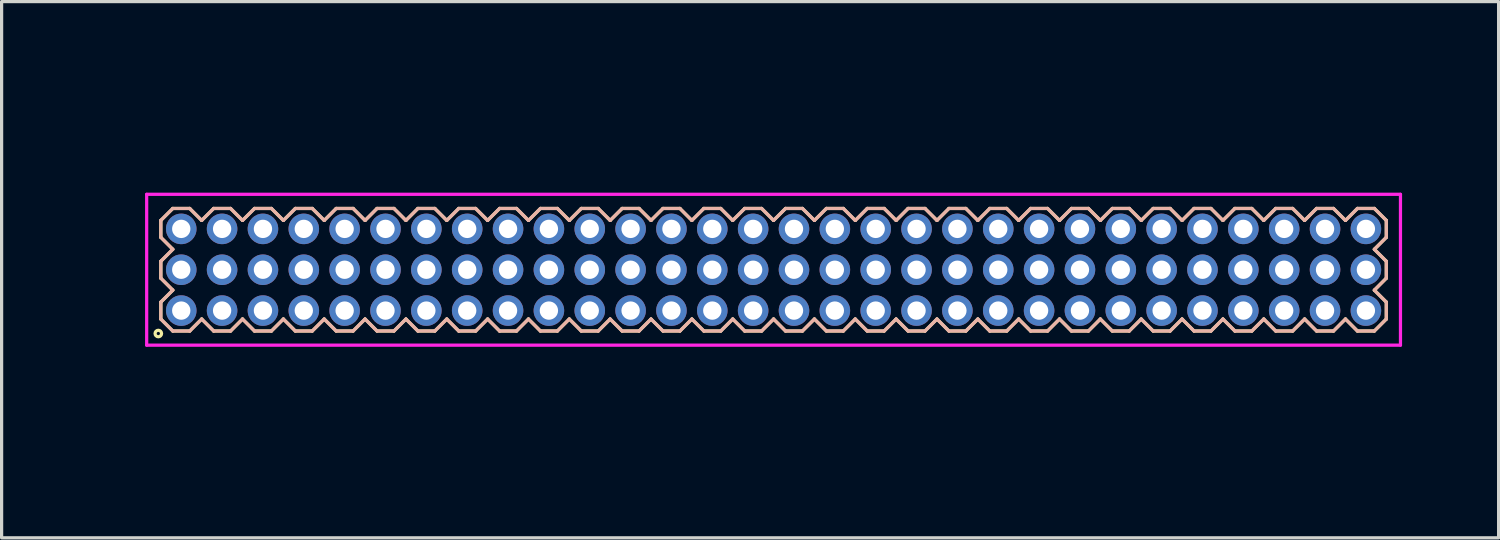
<source format=kicad_pcb>
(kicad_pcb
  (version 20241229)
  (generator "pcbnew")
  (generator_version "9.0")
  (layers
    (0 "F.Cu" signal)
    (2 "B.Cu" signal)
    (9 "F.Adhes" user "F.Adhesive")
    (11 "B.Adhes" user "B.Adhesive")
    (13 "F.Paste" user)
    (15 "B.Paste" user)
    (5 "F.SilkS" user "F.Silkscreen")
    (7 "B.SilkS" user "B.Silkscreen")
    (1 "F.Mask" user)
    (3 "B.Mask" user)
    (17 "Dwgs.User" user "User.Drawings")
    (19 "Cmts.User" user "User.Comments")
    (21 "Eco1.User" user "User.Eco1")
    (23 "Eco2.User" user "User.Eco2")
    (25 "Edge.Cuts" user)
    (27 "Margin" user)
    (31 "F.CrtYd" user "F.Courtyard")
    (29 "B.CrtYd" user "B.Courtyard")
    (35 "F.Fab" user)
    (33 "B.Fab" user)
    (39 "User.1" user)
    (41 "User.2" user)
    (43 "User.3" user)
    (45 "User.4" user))
  (footprint "HDR127P30x3"
    (layer "F.Cu")
    (at 21 5.336)
    (property "Reference" "HDR127P30x3" (at -20.24 0 90) (layer "User.1") (effects (font (size 1 1) (thickness 0.1))))
    (attr through_hole)
    (fp_line (start -19.05 -1.533) (end -18.678 -1.905) (stroke (width 0.1) (type solid)) (layer "F.SilkS"))
    (fp_line (start -19.05 -1.007) (end -19.05 -1.533) (stroke (width 0.1) (type solid)) (layer "F.SilkS"))
    (fp_line (start -19.05 -0.263) (end -18.678 -0.635) (stroke (width 0.1) (type solid)) (layer "F.SilkS"))
    (fp_line (start -19.05 0.263) (end -19.05 -0.263) (stroke (width 0.1) (type solid)) (layer "F.SilkS"))
    (fp_line (start -19.05 1.007) (end -18.678 0.635) (stroke (width 0.1) (type solid)) (layer "F.SilkS"))
    (fp_line (start -19.05 1.533) (end -19.05 1.007) (stroke (width 0.1) (type solid)) (layer "F.SilkS"))
    (fp_line (start -18.678 -1.905) (end -18.152 -1.905) (stroke (width 0.1) (type solid)) (layer "F.SilkS"))
    (fp_line (start -18.678 -0.635) (end -19.05 -1.007) (stroke (width 0.1) (type solid)) (layer "F.SilkS"))
    (fp_line (start -18.678 0.635) (end -19.05 0.263) (stroke (width 0.1) (type solid)) (layer "F.SilkS"))
    (fp_line (start -18.678 1.905) (end -19.05 1.533) (stroke (width 0.1) (type solid)) (layer "F.SilkS"))
    (fp_line (start -18.152 -1.905) (end -17.78 -1.533) (stroke (width 0.1) (type solid)) (layer "F.SilkS"))
    (fp_line (start -18.152 1.905) (end -18.678 1.905) (stroke (width 0.1) (type solid)) (layer "F.SilkS"))
    (fp_line (start -17.78 -1.533) (end -17.408 -1.905) (stroke (width 0.1) (type solid)) (layer "F.SilkS"))
    (fp_line (start -17.78 1.533) (end -18.152 1.905) (stroke (width 0.1) (type solid)) (layer "F.SilkS"))
    (fp_line (start -17.408 -1.905) (end -16.882 -1.905) (stroke (width 0.1) (type solid)) (layer "F.SilkS"))
    (fp_line (start -17.408 1.905) (end -17.78 1.533) (stroke (width 0.1) (type solid)) (layer "F.SilkS"))
    (fp_line (start -16.882 -1.905) (end -16.51 -1.533) (stroke (width 0.1) (type solid)) (layer "F.SilkS"))
    (fp_line (start -16.882 1.905) (end -17.408 1.905) (stroke (width 0.1) (type solid)) (layer "F.SilkS"))
    (fp_line (start -16.51 -1.533) (end -16.138 -1.905) (stroke (width 0.1) (type solid)) (layer "F.SilkS"))
    (fp_line (start -16.51 1.533) (end -16.882 1.905) (stroke (width 0.1) (type solid)) (layer "F.SilkS"))
    (fp_line (start -16.138 -1.905) (end -15.612 -1.905) (stroke (width 0.1) (type solid)) (layer "F.SilkS"))
    (fp_line (start -16.138 1.905) (end -16.51 1.533) (stroke (width 0.1) (type solid)) (layer "F.SilkS"))
    (fp_line (start -15.612 -1.905) (end -15.24 -1.533) (stroke (width 0.1) (type solid)) (layer "F.SilkS"))
    (fp_line (start -15.612 1.905) (end -16.138 1.905) (stroke (width 0.1) (type solid)) (layer "F.SilkS"))
    (fp_line (start -15.24 -1.533) (end -14.868 -1.905) (stroke (width 0.1) (type solid)) (layer "F.SilkS"))
    (fp_line (start -15.24 1.533) (end -15.612 1.905) (stroke (width 0.1) (type solid)) (layer "F.SilkS"))
    (fp_line (start -14.868 -1.905) (end -14.342 -1.905) (stroke (width 0.1) (type solid)) (layer "F.SilkS"))
    (fp_line (start -14.868 1.905) (end -15.24 1.533) (stroke (width 0.1) (type solid)) (layer "F.SilkS"))
    (fp_line (start -14.342 -1.905) (end -13.97 -1.533) (stroke (width 0.1) (type solid)) (layer "F.SilkS"))
    (fp_line (start -14.342 1.905) (end -14.868 1.905) (stroke (width 0.1) (type solid)) (layer "F.SilkS"))
    (fp_line (start -13.97 -1.533) (end -13.598 -1.905) (stroke (width 0.1) (type solid)) (layer "F.SilkS"))
    (fp_line (start -13.97 1.533) (end -14.342 1.905) (stroke (width 0.1) (type solid)) (layer "F.SilkS"))
    (fp_line (start -13.598 -1.905) (end -13.072 -1.905) (stroke (width 0.1) (type solid)) (layer "F.SilkS"))
    (fp_line (start -13.598 1.905) (end -13.97 1.533) (stroke (width 0.1) (type solid)) (layer "F.SilkS"))
    (fp_line (start -13.072 -1.905) (end -12.7 -1.533) (stroke (width 0.1) (type solid)) (layer "F.SilkS"))
    (fp_line (start -13.072 1.905) (end -13.598 1.905) (stroke (width 0.1) (type solid)) (layer "F.SilkS"))
    (fp_line (start -12.7 -1.533) (end -12.328 -1.905) (stroke (width 0.1) (type solid)) (layer "F.SilkS"))
    (fp_line (start -12.7 1.533) (end -13.072 1.905) (stroke (width 0.1) (type solid)) (layer "F.SilkS"))
    (fp_line (start -12.328 -1.905) (end -11.802 -1.905) (stroke (width 0.1) (type solid)) (layer "F.SilkS"))
    (fp_line (start -12.328 1.905) (end -12.7 1.533) (stroke (width 0.1) (type solid)) (layer "F.SilkS"))
    (fp_line (start -11.802 -1.905) (end -11.43 -1.533) (stroke (width 0.1) (type solid)) (layer "F.SilkS"))
    (fp_line (start -11.802 1.905) (end -12.328 1.905) (stroke (width 0.1) (type solid)) (layer "F.SilkS"))
    (fp_line (start -11.43 -1.533) (end -11.058 -1.905) (stroke (width 0.1) (type solid)) (layer "F.SilkS"))
    (fp_line (start -11.43 1.533) (end -11.802 1.905) (stroke (width 0.1) (type solid)) (layer "F.SilkS"))
    (fp_line (start -11.058 -1.905) (end -10.532 -1.905) (stroke (width 0.1) (type solid)) (layer "F.SilkS"))
    (fp_line (start -11.058 1.905) (end -11.43 1.533) (stroke (width 0.1) (type solid)) (layer "F.SilkS"))
    (fp_line (start -10.532 -1.905) (end -10.16 -1.533) (stroke (width 0.1) (type solid)) (layer "F.SilkS"))
    (fp_line (start -10.532 1.905) (end -11.058 1.905) (stroke (width 0.1) (type solid)) (layer "F.SilkS"))
    (fp_line (start -10.16 -1.533) (end -9.788 -1.905) (stroke (width 0.1) (type solid)) (layer "F.SilkS"))
    (fp_line (start -10.16 1.533) (end -10.532 1.905) (stroke (width 0.1) (type solid)) (layer "F.SilkS"))
    (fp_line (start -9.788 -1.905) (end -9.262 -1.905) (stroke (width 0.1) (type solid)) (layer "F.SilkS"))
    (fp_line (start -9.788 1.905) (end -10.16 1.533) (stroke (width 0.1) (type solid)) (layer "F.SilkS"))
    (fp_line (start -9.262 -1.905) (end -8.89 -1.533) (stroke (width 0.1) (type solid)) (layer "F.SilkS"))
    (fp_line (start -9.262 1.905) (end -9.788 1.905) (stroke (width 0.1) (type solid)) (layer "F.SilkS"))
    (fp_line (start -8.89 -1.533) (end -8.518 -1.905) (stroke (width 0.1) (type solid)) (layer "F.SilkS"))
    (fp_line (start -8.89 1.533) (end -9.262 1.905) (stroke (width 0.1) (type solid)) (layer "F.SilkS"))
    (fp_line (start -8.518 -1.905) (end -7.992 -1.905) (stroke (width 0.1) (type solid)) (layer "F.SilkS"))
    (fp_line (start -8.518 1.905) (end -8.89 1.533) (stroke (width 0.1) (type solid)) (layer "F.SilkS"))
    (fp_line (start -7.992 -1.905) (end -7.62 -1.533) (stroke (width 0.1) (type solid)) (layer "F.SilkS"))
    (fp_line (start -7.992 1.905) (end -8.518 1.905) (stroke (width 0.1) (type solid)) (layer "F.SilkS"))
    (fp_line (start -7.62 -1.533) (end -7.248 -1.905) (stroke (width 0.1) (type solid)) (layer "F.SilkS"))
    (fp_line (start -7.62 1.533) (end -7.992 1.905) (stroke (width 0.1) (type solid)) (layer "F.SilkS"))
    (fp_line (start -7.248 -1.905) (end -6.722 -1.905) (stroke (width 0.1) (type solid)) (layer "F.SilkS"))
    (fp_line (start -7.248 1.905) (end -7.62 1.533) (stroke (width 0.1) (type solid)) (layer "F.SilkS"))
    (fp_line (start -6.722 -1.905) (end -6.35 -1.533) (stroke (width 0.1) (type solid)) (layer "F.SilkS"))
    (fp_line (start -6.722 1.905) (end -7.248 1.905) (stroke (width 0.1) (type solid)) (layer "F.SilkS"))
    (fp_line (start -6.35 -1.533) (end -5.978 -1.905) (stroke (width 0.1) (type solid)) (layer "F.SilkS"))
    (fp_line (start -6.35 1.533) (end -6.722 1.905) (stroke (width 0.1) (type solid)) (layer "F.SilkS"))
    (fp_line (start -5.978 -1.905) (end -5.452 -1.905) (stroke (width 0.1) (type solid)) (layer "F.SilkS"))
    (fp_line (start -5.978 1.905) (end -6.35 1.533) (stroke (width 0.1) (type solid)) (layer "F.SilkS"))
    (fp_line (start -5.452 -1.905) (end -5.08 -1.533) (stroke (width 0.1) (type solid)) (layer "F.SilkS"))
    (fp_line (start -5.452 1.905) (end -5.978 1.905) (stroke (width 0.1) (type solid)) (layer "F.SilkS"))
    (fp_line (start -5.08 -1.533) (end -4.708 -1.905) (stroke (width 0.1) (type solid)) (layer "F.SilkS"))
    (fp_line (start -5.08 1.533) (end -5.452 1.905) (stroke (width 0.1) (type solid)) (layer "F.SilkS"))
    (fp_line (start -4.708 -1.905) (end -4.182 -1.905) (stroke (width 0.1) (type solid)) (layer "F.SilkS"))
    (fp_line (start -4.708 1.905) (end -5.08 1.533) (stroke (width 0.1) (type solid)) (layer "F.SilkS"))
    (fp_line (start -4.182 -1.905) (end -3.81 -1.533) (stroke (width 0.1) (type solid)) (layer "F.SilkS"))
    (fp_line (start -4.182 1.905) (end -4.708 1.905) (stroke (width 0.1) (type solid)) (layer "F.SilkS"))
    (fp_line (start -3.81 -1.533) (end -3.438 -1.905) (stroke (width 0.1) (type solid)) (layer "F.SilkS"))
    (fp_line (start -3.81 1.533) (end -4.182 1.905) (stroke (width 0.1) (type solid)) (layer "F.SilkS"))
    (fp_line (start -3.438 -1.905) (end -2.912 -1.905) (stroke (width 0.1) (type solid)) (layer "F.SilkS"))
    (fp_line (start -3.438 1.905) (end -3.81 1.533) (stroke (width 0.1) (type solid)) (layer "F.SilkS"))
    (fp_line (start -2.912 -1.905) (end -2.54 -1.533) (stroke (width 0.1) (type solid)) (layer "F.SilkS"))
    (fp_line (start -2.912 1.905) (end -3.438 1.905) (stroke (width 0.1) (type solid)) (layer "F.SilkS"))
    (fp_line (start -2.54 -1.533) (end -2.168 -1.905) (stroke (width 0.1) (type solid)) (layer "F.SilkS"))
    (fp_line (start -2.54 1.533) (end -2.912 1.905) (stroke (width 0.1) (type solid)) (layer "F.SilkS"))
    (fp_line (start -2.168 -1.905) (end -1.642 -1.905) (stroke (width 0.1) (type solid)) (layer "F.SilkS"))
    (fp_line (start -2.168 1.905) (end -2.54 1.533) (stroke (width 0.1) (type solid)) (layer "F.SilkS"))
    (fp_line (start -1.642 -1.905) (end -1.27 -1.533) (stroke (width 0.1) (type solid)) (layer "F.SilkS"))
    (fp_line (start -1.642 1.905) (end -2.168 1.905) (stroke (width 0.1) (type solid)) (layer "F.SilkS"))
    (fp_line (start -1.27 -1.533) (end -0.898 -1.905) (stroke (width 0.1) (type solid)) (layer "F.SilkS"))
    (fp_line (start -1.27 1.533) (end -1.642 1.905) (stroke (width 0.1) (type solid)) (layer "F.SilkS"))
    (fp_line (start -0.898 -1.905) (end -0.372 -1.905) (stroke (width 0.1) (type solid)) (layer "F.SilkS"))
    (fp_line (start -0.898 1.905) (end -1.27 1.533) (stroke (width 0.1) (type solid)) (layer "F.SilkS"))
    (fp_line (start -0.372 -1.905) (end 0 -1.533) (stroke (width 0.1) (type solid)) (layer "F.SilkS"))
    (fp_line (start -0.372 1.905) (end -0.898 1.905) (stroke (width 0.1) (type solid)) (layer "F.SilkS"))
    (fp_line (start 0 -1.533) (end 0.372 -1.905) (stroke (width 0.1) (type solid)) (layer "F.SilkS"))
    (fp_line (start 0 1.533) (end -0.372 1.905) (stroke (width 0.1) (type solid)) (layer "F.SilkS"))
    (fp_line (start 0.372 -1.905) (end 0.898 -1.905) (stroke (width 0.1) (type solid)) (layer "F.SilkS"))
    (fp_line (start 0.372 1.905) (end 0 1.533) (stroke (width 0.1) (type solid)) (layer "F.SilkS"))
    (fp_line (start 0.898 -1.905) (end 1.27 -1.533) (stroke (width 0.1) (type solid)) (layer "F.SilkS"))
    (fp_line (start 0.898 1.905) (end 0.372 1.905) (stroke (width 0.1) (type solid)) (layer "F.SilkS"))
    (fp_line (start 1.27 -1.533) (end 1.642 -1.905) (stroke (width 0.1) (type solid)) (layer "F.SilkS"))
    (fp_line (start 1.27 1.533) (end 0.898 1.905) (stroke (width 0.1) (type solid)) (layer "F.SilkS"))
    (fp_line (start 1.642 -1.905) (end 2.168 -1.905) (stroke (width 0.1) (type solid)) (layer "F.SilkS"))
    (fp_line (start 1.642 1.905) (end 1.27 1.533) (stroke (width 0.1) (type solid)) (layer "F.SilkS"))
    (fp_line (start 2.168 -1.905) (end 2.54 -1.533) (stroke (width 0.1) (type solid)) (layer "F.SilkS"))
    (fp_line (start 2.168 1.905) (end 1.642 1.905) (stroke (width 0.1) (type solid)) (layer "F.SilkS"))
    (fp_line (start 2.54 -1.533) (end 2.912 -1.905) (stroke (width 0.1) (type solid)) (layer "F.SilkS"))
    (fp_line (start 2.54 1.533) (end 2.168 1.905) (stroke (width 0.1) (type solid)) (layer "F.SilkS"))
    (fp_line (start 2.912 -1.905) (end 3.438 -1.905) (stroke (width 0.1) (type solid)) (layer "F.SilkS"))
    (fp_line (start 2.912 1.905) (end 2.54 1.533) (stroke (width 0.1) (type solid)) (layer "F.SilkS"))
    (fp_line (start 3.438 -1.905) (end 3.81 -1.533) (stroke (width 0.1) (type solid)) (layer "F.SilkS"))
    (fp_line (start 3.438 1.905) (end 2.912 1.905) (stroke (width 0.1) (type solid)) (layer "F.SilkS"))
    (fp_line (start 3.81 -1.533) (end 4.182 -1.905) (stroke (width 0.1) (type solid)) (layer "F.SilkS"))
    (fp_line (start 3.81 1.533) (end 3.438 1.905) (stroke (width 0.1) (type solid)) (layer "F.SilkS"))
    (fp_line (start 4.182 -1.905) (end 4.708 -1.905) (stroke (width 0.1) (type solid)) (layer "F.SilkS"))
    (fp_line (start 4.182 1.905) (end 3.81 1.533) (stroke (width 0.1) (type solid)) (layer "F.SilkS"))
    (fp_line (start 4.708 -1.905) (end 5.08 -1.533) (stroke (width 0.1) (type solid)) (layer "F.SilkS"))
    (fp_line (start 4.708 1.905) (end 4.182 1.905) (stroke (width 0.1) (type solid)) (layer "F.SilkS"))
    (fp_line (start 5.08 -1.533) (end 5.452 -1.905) (stroke (width 0.1) (type solid)) (layer "F.SilkS"))
    (fp_line (start 5.08 1.533) (end 4.708 1.905) (stroke (width 0.1) (type solid)) (layer "F.SilkS"))
    (fp_line (start 5.452 -1.905) (end 5.978 -1.905) (stroke (width 0.1) (type solid)) (layer "F.SilkS"))
    (fp_line (start 5.452 1.905) (end 5.08 1.533) (stroke (width 0.1) (type solid)) (layer "F.SilkS"))
    (fp_line (start 5.978 -1.905) (end 6.35 -1.533) (stroke (width 0.1) (type solid)) (layer "F.SilkS"))
    (fp_line (start 5.978 1.905) (end 5.452 1.905) (stroke (width 0.1) (type solid)) (layer "F.SilkS"))
    (fp_line (start 6.35 -1.533) (end 6.722 -1.905) (stroke (width 0.1) (type solid)) (layer "F.SilkS"))
    (fp_line (start 6.35 1.533) (end 5.978 1.905) (stroke (width 0.1) (type solid)) (layer "F.SilkS"))
    (fp_line (start 6.722 -1.905) (end 7.248 -1.905) (stroke (width 0.1) (type solid)) (layer "F.SilkS"))
    (fp_line (start 6.722 1.905) (end 6.35 1.533) (stroke (width 0.1) (type solid)) (layer "F.SilkS"))
    (fp_line (start 7.248 -1.905) (end 7.62 -1.533) (stroke (width 0.1) (type solid)) (layer "F.SilkS"))
    (fp_line (start 7.248 1.905) (end 6.722 1.905) (stroke (width 0.1) (type solid)) (layer "F.SilkS"))
    (fp_line (start 7.62 -1.533) (end 7.992 -1.905) (stroke (width 0.1) (type solid)) (layer "F.SilkS"))
    (fp_line (start 7.62 1.533) (end 7.248 1.905) (stroke (width 0.1) (type solid)) (layer "F.SilkS"))
    (fp_line (start 7.992 -1.905) (end 8.518 -1.905) (stroke (width 0.1) (type solid)) (layer "F.SilkS"))
    (fp_line (start 7.992 1.905) (end 7.62 1.533) (stroke (width 0.1) (type solid)) (layer "F.SilkS"))
    (fp_line (start 8.518 -1.905) (end 8.89 -1.533) (stroke (width 0.1) (type solid)) (layer "F.SilkS"))
    (fp_line (start 8.518 1.905) (end 7.992 1.905) (stroke (width 0.1) (type solid)) (layer "F.SilkS"))
    (fp_line (start 8.89 -1.533) (end 9.262 -1.905) (stroke (width 0.1) (type solid)) (layer "F.SilkS"))
    (fp_line (start 8.89 1.533) (end 8.518 1.905) (stroke (width 0.1) (type solid)) (layer "F.SilkS"))
    (fp_line (start 9.262 -1.905) (end 9.788 -1.905) (stroke (width 0.1) (type solid)) (layer "F.SilkS"))
    (fp_line (start 9.262 1.905) (end 8.89 1.533) (stroke (width 0.1) (type solid)) (layer "F.SilkS"))
    (fp_line (start 9.788 -1.905) (end 10.16 -1.533) (stroke (width 0.1) (type solid)) (layer "F.SilkS"))
    (fp_line (start 9.788 1.905) (end 9.262 1.905) (stroke (width 0.1) (type solid)) (layer "F.SilkS"))
    (fp_line (start 10.16 -1.533) (end 10.532 -1.905) (stroke (width 0.1) (type solid)) (layer "F.SilkS"))
    (fp_line (start 10.16 1.533) (end 9.788 1.905) (stroke (width 0.1) (type solid)) (layer "F.SilkS"))
    (fp_line (start 10.532 -1.905) (end 11.058 -1.905) (stroke (width 0.1) (type solid)) (layer "F.SilkS"))
    (fp_line (start 10.532 1.905) (end 10.16 1.533) (stroke (width 0.1) (type solid)) (layer "F.SilkS"))
    (fp_line (start 11.058 -1.905) (end 11.43 -1.533) (stroke (width 0.1) (type solid)) (layer "F.SilkS"))
    (fp_line (start 11.058 1.905) (end 10.532 1.905) (stroke (width 0.1) (type solid)) (layer "F.SilkS"))
    (fp_line (start 11.43 -1.533) (end 11.802 -1.905) (stroke (width 0.1) (type solid)) (layer "F.SilkS"))
    (fp_line (start 11.43 1.533) (end 11.058 1.905) (stroke (width 0.1) (type solid)) (layer "F.SilkS"))
    (fp_line (start 11.802 -1.905) (end 12.328 -1.905) (stroke (width 0.1) (type solid)) (layer "F.SilkS"))
    (fp_line (start 11.802 1.905) (end 11.43 1.533) (stroke (width 0.1) (type solid)) (layer "F.SilkS"))
    (fp_line (start 12.328 -1.905) (end 12.7 -1.533) (stroke (width 0.1) (type solid)) (layer "F.SilkS"))
    (fp_line (start 12.328 1.905) (end 11.802 1.905) (stroke (width 0.1) (type solid)) (layer "F.SilkS"))
    (fp_line (start 12.7 -1.533) (end 13.072 -1.905) (stroke (width 0.1) (type solid)) (layer "F.SilkS"))
    (fp_line (start 12.7 1.533) (end 12.328 1.905) (stroke (width 0.1) (type solid)) (layer "F.SilkS"))
    (fp_line (start 13.072 -1.905) (end 13.598 -1.905) (stroke (width 0.1) (type solid)) (layer "F.SilkS"))
    (fp_line (start 13.072 1.905) (end 12.7 1.533) (stroke (width 0.1) (type solid)) (layer "F.SilkS"))
    (fp_line (start 13.598 -1.905) (end 13.97 -1.533) (stroke (width 0.1) (type solid)) (layer "F.SilkS"))
    (fp_line (start 13.598 1.905) (end 13.072 1.905) (stroke (width 0.1) (type solid)) (layer "F.SilkS"))
    (fp_line (start 13.97 -1.533) (end 14.342 -1.905) (stroke (width 0.1) (type solid)) (layer "F.SilkS"))
    (fp_line (start 13.97 1.533) (end 13.598 1.905) (stroke (width 0.1) (type solid)) (layer "F.SilkS"))
    (fp_line (start 14.342 -1.905) (end 14.868 -1.905) (stroke (width 0.1) (type solid)) (layer "F.SilkS"))
    (fp_line (start 14.342 1.905) (end 13.97 1.533) (stroke (width 0.1) (type solid)) (layer "F.SilkS"))
    (fp_line (start 14.868 -1.905) (end 15.24 -1.533) (stroke (width 0.1) (type solid)) (layer "F.SilkS"))
    (fp_line (start 14.868 1.905) (end 14.342 1.905) (stroke (width 0.1) (type solid)) (layer "F.SilkS"))
    (fp_line (start 15.24 -1.533) (end 15.612 -1.905) (stroke (width 0.1) (type solid)) (layer "F.SilkS"))
    (fp_line (start 15.24 1.533) (end 14.868 1.905) (stroke (width 0.1) (type solid)) (layer "F.SilkS"))
    (fp_line (start 15.612 -1.905) (end 16.138 -1.905) (stroke (width 0.1) (type solid)) (layer "F.SilkS"))
    (fp_line (start 15.612 1.905) (end 15.24 1.533) (stroke (width 0.1) (type solid)) (layer "F.SilkS"))
    (fp_line (start 16.138 -1.905) (end 16.51 -1.533) (stroke (width 0.1) (type solid)) (layer "F.SilkS"))
    (fp_line (start 16.138 1.905) (end 15.612 1.905) (stroke (width 0.1) (type solid)) (layer "F.SilkS"))
    (fp_line (start 16.51 -1.533) (end 16.882 -1.905) (stroke (width 0.1) (type solid)) (layer "F.SilkS"))
    (fp_line (start 16.51 1.533) (end 16.138 1.905) (stroke (width 0.1) (type solid)) (layer "F.SilkS"))
    (fp_line (start 16.882 -1.905) (end 17.408 -1.905) (stroke (width 0.1) (type solid)) (layer "F.SilkS"))
    (fp_line (start 16.882 1.905) (end 16.51 1.533) (stroke (width 0.1) (type solid)) (layer "F.SilkS"))
    (fp_line (start 17.408 -1.905) (end 17.78 -1.533) (stroke (width 0.1) (type solid)) (layer "F.SilkS"))
    (fp_line (start 17.408 1.905) (end 16.882 1.905) (stroke (width 0.1) (type solid)) (layer "F.SilkS"))
    (fp_line (start 17.78 -1.533) (end 18.152 -1.905) (stroke (width 0.1) (type solid)) (layer "F.SilkS"))
    (fp_line (start 17.78 1.533) (end 17.408 1.905) (stroke (width 0.1) (type solid)) (layer "F.SilkS"))
    (fp_line (start 18.152 -1.905) (end 18.678 -1.905) (stroke (width 0.1) (type solid)) (layer "F.SilkS"))
    (fp_line (start 18.152 1.905) (end 17.78 1.533) (stroke (width 0.1) (type solid)) (layer "F.SilkS"))
    (fp_line (start 18.678 -1.905) (end 19.05 -1.533) (stroke (width 0.1) (type solid)) (layer "F.SilkS"))
    (fp_line (start 18.678 -0.635) (end 19.05 -0.263) (stroke (width 0.1) (type solid)) (layer "F.SilkS"))
    (fp_line (start 18.678 0.635) (end 19.05 1.007) (stroke (width 0.1) (type solid)) (layer "F.SilkS"))
    (fp_line (start 18.678 1.905) (end 18.152 1.905) (stroke (width 0.1) (type solid)) (layer "F.SilkS"))
    (fp_line (start 19.05 -1.533) (end 19.05 -1.007) (stroke (width 0.1) (type solid)) (layer "F.SilkS"))
    (fp_line (start 19.05 -1.007) (end 18.678 -0.635) (stroke (width 0.1) (type solid)) (layer "F.SilkS"))
    (fp_line (start 19.05 -0.263) (end 19.05 0.263) (stroke (width 0.1) (type solid)) (layer "F.SilkS"))
    (fp_line (start 19.05 0.263) (end 18.678 0.635) (stroke (width 0.1) (type solid)) (layer "F.SilkS"))
    (fp_line (start 19.05 1.007) (end 19.05 1.533) (stroke (width 0.1) (type solid)) (layer "F.SilkS"))
    (fp_line (start 19.05 1.533) (end 18.678 1.905) (stroke (width 0.1) (type solid)) (layer "F.SilkS"))
    (fp_circle (center -19.128 1.983) (end -19.027 1.983) (stroke (width 0.1) (type solid)) (fill no) (layer "F.SilkS"))
    (fp_line (start -19.05 -1.533) (end -18.678 -1.905) (stroke (width 0.1) (type solid)) (layer "B.SilkS"))
    (fp_line (start -19.05 -1.007) (end -19.05 -1.533) (stroke (width 0.1) (type solid)) (layer "B.SilkS"))
    (fp_line (start -19.05 -0.263) (end -18.678 -0.635) (stroke (width 0.1) (type solid)) (layer "B.SilkS"))
    (fp_line (start -19.05 0.263) (end -19.05 -0.263) (stroke (width 0.1) (type solid)) (layer "B.SilkS"))
    (fp_line (start -19.05 1.007) (end -18.678 0.635) (stroke (width 0.1) (type solid)) (layer "B.SilkS"))
    (fp_line (start -19.05 1.533) (end -19.05 1.007) (stroke (width 0.1) (type solid)) (layer "B.SilkS"))
    (fp_line (start -18.678 -1.905) (end -18.152 -1.905) (stroke (width 0.1) (type solid)) (layer "B.SilkS"))
    (fp_line (start -18.678 -0.635) (end -19.05 -1.007) (stroke (width 0.1) (type solid)) (layer "B.SilkS"))
    (fp_line (start -18.678 0.635) (end -19.05 0.263) (stroke (width 0.1) (type solid)) (layer "B.SilkS"))
    (fp_line (start -18.678 1.905) (end -19.05 1.533) (stroke (width 0.1) (type solid)) (layer "B.SilkS"))
    (fp_line (start -18.152 -1.905) (end -17.78 -1.533) (stroke (width 0.1) (type solid)) (layer "B.SilkS"))
    (fp_line (start -18.152 1.905) (end -18.678 1.905) (stroke (width 0.1) (type solid)) (layer "B.SilkS"))
    (fp_line (start -17.78 -1.533) (end -17.408 -1.905) (stroke (width 0.1) (type solid)) (layer "B.SilkS"))
    (fp_line (start -17.78 1.533) (end -18.152 1.905) (stroke (width 0.1) (type solid)) (layer "B.SilkS"))
    (fp_line (start -17.408 -1.905) (end -16.882 -1.905) (stroke (width 0.1) (type solid)) (layer "B.SilkS"))
    (fp_line (start -17.408 1.905) (end -17.78 1.533) (stroke (width 0.1) (type solid)) (layer "B.SilkS"))
    (fp_line (start -16.882 -1.905) (end -16.51 -1.533) (stroke (width 0.1) (type solid)) (layer "B.SilkS"))
    (fp_line (start -16.882 1.905) (end -17.408 1.905) (stroke (width 0.1) (type solid)) (layer "B.SilkS"))
    (fp_line (start -16.51 -1.533) (end -16.138 -1.905) (stroke (width 0.1) (type solid)) (layer "B.SilkS"))
    (fp_line (start -16.51 1.533) (end -16.882 1.905) (stroke (width 0.1) (type solid)) (layer "B.SilkS"))
    (fp_line (start -16.138 -1.905) (end -15.612 -1.905) (stroke (width 0.1) (type solid)) (layer "B.SilkS"))
    (fp_line (start -16.138 1.905) (end -16.51 1.533) (stroke (width 0.1) (type solid)) (layer "B.SilkS"))
    (fp_line (start -15.612 -1.905) (end -15.24 -1.533) (stroke (width 0.1) (type solid)) (layer "B.SilkS"))
    (fp_line (start -15.612 1.905) (end -16.138 1.905) (stroke (width 0.1) (type solid)) (layer "B.SilkS"))
    (fp_line (start -15.24 -1.533) (end -14.868 -1.905) (stroke (width 0.1) (type solid)) (layer "B.SilkS"))
    (fp_line (start -15.24 1.533) (end -15.612 1.905) (stroke (width 0.1) (type solid)) (layer "B.SilkS"))
    (fp_line (start -14.868 -1.905) (end -14.342 -1.905) (stroke (width 0.1) (type solid)) (layer "B.SilkS"))
    (fp_line (start -14.868 1.905) (end -15.24 1.533) (stroke (width 0.1) (type solid)) (layer "B.SilkS"))
    (fp_line (start -14.342 -1.905) (end -13.97 -1.533) (stroke (width 0.1) (type solid)) (layer "B.SilkS"))
    (fp_line (start -14.342 1.905) (end -14.868 1.905) (stroke (width 0.1) (type solid)) (layer "B.SilkS"))
    (fp_line (start -13.97 -1.533) (end -13.598 -1.905) (stroke (width 0.1) (type solid)) (layer "B.SilkS"))
    (fp_line (start -13.97 1.533) (end -14.342 1.905) (stroke (width 0.1) (type solid)) (layer "B.SilkS"))
    (fp_line (start -13.598 -1.905) (end -13.072 -1.905) (stroke (width 0.1) (type solid)) (layer "B.SilkS"))
    (fp_line (start -13.598 1.905) (end -13.97 1.533) (stroke (width 0.1) (type solid)) (layer "B.SilkS"))
    (fp_line (start -13.072 -1.905) (end -12.7 -1.533) (stroke (width 0.1) (type solid)) (layer "B.SilkS"))
    (fp_line (start -13.072 1.905) (end -13.598 1.905) (stroke (width 0.1) (type solid)) (layer "B.SilkS"))
    (fp_line (start -12.7 -1.533) (end -12.328 -1.905) (stroke (width 0.1) (type solid)) (layer "B.SilkS"))
    (fp_line (start -12.7 1.533) (end -13.072 1.905) (stroke (width 0.1) (type solid)) (layer "B.SilkS"))
    (fp_line (start -12.328 -1.905) (end -11.802 -1.905) (stroke (width 0.1) (type solid)) (layer "B.SilkS"))
    (fp_line (start -12.328 1.905) (end -12.7 1.533) (stroke (width 0.1) (type solid)) (layer "B.SilkS"))
    (fp_line (start -11.802 -1.905) (end -11.43 -1.533) (stroke (width 0.1) (type solid)) (layer "B.SilkS"))
    (fp_line (start -11.802 1.905) (end -12.328 1.905) (stroke (width 0.1) (type solid)) (layer "B.SilkS"))
    (fp_line (start -11.43 -1.533) (end -11.058 -1.905) (stroke (width 0.1) (type solid)) (layer "B.SilkS"))
    (fp_line (start -11.43 1.533) (end -11.802 1.905) (stroke (width 0.1) (type solid)) (layer "B.SilkS"))
    (fp_line (start -11.058 -1.905) (end -10.532 -1.905) (stroke (width 0.1) (type solid)) (layer "B.SilkS"))
    (fp_line (start -11.058 1.905) (end -11.43 1.533) (stroke (width 0.1) (type solid)) (layer "B.SilkS"))
    (fp_line (start -10.532 -1.905) (end -10.16 -1.533) (stroke (width 0.1) (type solid)) (layer "B.SilkS"))
    (fp_line (start -10.532 1.905) (end -11.058 1.905) (stroke (width 0.1) (type solid)) (layer "B.SilkS"))
    (fp_line (start -10.16 -1.533) (end -9.788 -1.905) (stroke (width 0.1) (type solid)) (layer "B.SilkS"))
    (fp_line (start -10.16 1.533) (end -10.532 1.905) (stroke (width 0.1) (type solid)) (layer "B.SilkS"))
    (fp_line (start -9.788 -1.905) (end -9.262 -1.905) (stroke (width 0.1) (type solid)) (layer "B.SilkS"))
    (fp_line (start -9.788 1.905) (end -10.16 1.533) (stroke (width 0.1) (type solid)) (layer "B.SilkS"))
    (fp_line (start -9.262 -1.905) (end -8.89 -1.533) (stroke (width 0.1) (type solid)) (layer "B.SilkS"))
    (fp_line (start -9.262 1.905) (end -9.788 1.905) (stroke (width 0.1) (type solid)) (layer "B.SilkS"))
    (fp_line (start -8.89 -1.533) (end -8.518 -1.905) (stroke (width 0.1) (type solid)) (layer "B.SilkS"))
    (fp_line (start -8.89 1.533) (end -9.262 1.905) (stroke (width 0.1) (type solid)) (layer "B.SilkS"))
    (fp_line (start -8.518 -1.905) (end -7.992 -1.905) (stroke (width 0.1) (type solid)) (layer "B.SilkS"))
    (fp_line (start -8.518 1.905) (end -8.89 1.533) (stroke (width 0.1) (type solid)) (layer "B.SilkS"))
    (fp_line (start -7.992 -1.905) (end -7.62 -1.533) (stroke (width 0.1) (type solid)) (layer "B.SilkS"))
    (fp_line (start -7.992 1.905) (end -8.518 1.905) (stroke (width 0.1) (type solid)) (layer "B.SilkS"))
    (fp_line (start -7.62 -1.533) (end -7.248 -1.905) (stroke (width 0.1) (type solid)) (layer "B.SilkS"))
    (fp_line (start -7.62 1.533) (end -7.992 1.905) (stroke (width 0.1) (type solid)) (layer "B.SilkS"))
    (fp_line (start -7.248 -1.905) (end -6.722 -1.905) (stroke (width 0.1) (type solid)) (layer "B.SilkS"))
    (fp_line (start -7.248 1.905) (end -7.62 1.533) (stroke (width 0.1) (type solid)) (layer "B.SilkS"))
    (fp_line (start -6.722 -1.905) (end -6.35 -1.533) (stroke (width 0.1) (type solid)) (layer "B.SilkS"))
    (fp_line (start -6.722 1.905) (end -7.248 1.905) (stroke (width 0.1) (type solid)) (layer "B.SilkS"))
    (fp_line (start -6.35 -1.533) (end -5.978 -1.905) (stroke (width 0.1) (type solid)) (layer "B.SilkS"))
    (fp_line (start -6.35 1.533) (end -6.722 1.905) (stroke (width 0.1) (type solid)) (layer "B.SilkS"))
    (fp_line (start -5.978 -1.905) (end -5.452 -1.905) (stroke (width 0.1) (type solid)) (layer "B.SilkS"))
    (fp_line (start -5.978 1.905) (end -6.35 1.533) (stroke (width 0.1) (type solid)) (layer "B.SilkS"))
    (fp_line (start -5.452 -1.905) (end -5.08 -1.533) (stroke (width 0.1) (type solid)) (layer "B.SilkS"))
    (fp_line (start -5.452 1.905) (end -5.978 1.905) (stroke (width 0.1) (type solid)) (layer "B.SilkS"))
    (fp_line (start -5.08 -1.533) (end -4.708 -1.905) (stroke (width 0.1) (type solid)) (layer "B.SilkS"))
    (fp_line (start -5.08 1.533) (end -5.452 1.905) (stroke (width 0.1) (type solid)) (layer "B.SilkS"))
    (fp_line (start -4.708 -1.905) (end -4.182 -1.905) (stroke (width 0.1) (type solid)) (layer "B.SilkS"))
    (fp_line (start -4.708 1.905) (end -5.08 1.533) (stroke (width 0.1) (type solid)) (layer "B.SilkS"))
    (fp_line (start -4.182 -1.905) (end -3.81 -1.533) (stroke (width 0.1) (type solid)) (layer "B.SilkS"))
    (fp_line (start -4.182 1.905) (end -4.708 1.905) (stroke (width 0.1) (type solid)) (layer "B.SilkS"))
    (fp_line (start -3.81 -1.533) (end -3.438 -1.905) (stroke (width 0.1) (type solid)) (layer "B.SilkS"))
    (fp_line (start -3.81 1.533) (end -4.182 1.905) (stroke (width 0.1) (type solid)) (layer "B.SilkS"))
    (fp_line (start -3.438 -1.905) (end -2.912 -1.905) (stroke (width 0.1) (type solid)) (layer "B.SilkS"))
    (fp_line (start -3.438 1.905) (end -3.81 1.533) (stroke (width 0.1) (type solid)) (layer "B.SilkS"))
    (fp_line (start -2.912 -1.905) (end -2.54 -1.533) (stroke (width 0.1) (type solid)) (layer "B.SilkS"))
    (fp_line (start -2.912 1.905) (end -3.438 1.905) (stroke (width 0.1) (type solid)) (layer "B.SilkS"))
    (fp_line (start -2.54 -1.533) (end -2.168 -1.905) (stroke (width 0.1) (type solid)) (layer "B.SilkS"))
    (fp_line (start -2.54 1.533) (end -2.912 1.905) (stroke (width 0.1) (type solid)) (layer "B.SilkS"))
    (fp_line (start -2.168 -1.905) (end -1.642 -1.905) (stroke (width 0.1) (type solid)) (layer "B.SilkS"))
    (fp_line (start -2.168 1.905) (end -2.54 1.533) (stroke (width 0.1) (type solid)) (layer "B.SilkS"))
    (fp_line (start -1.642 -1.905) (end -1.27 -1.533) (stroke (width 0.1) (type solid)) (layer "B.SilkS"))
    (fp_line (start -1.642 1.905) (end -2.168 1.905) (stroke (width 0.1) (type solid)) (layer "B.SilkS"))
    (fp_line (start -1.27 -1.533) (end -0.898 -1.905) (stroke (width 0.1) (type solid)) (layer "B.SilkS"))
    (fp_line (start -1.27 1.533) (end -1.642 1.905) (stroke (width 0.1) (type solid)) (layer "B.SilkS"))
    (fp_line (start -0.898 -1.905) (end -0.372 -1.905) (stroke (width 0.1) (type solid)) (layer "B.SilkS"))
    (fp_line (start -0.898 1.905) (end -1.27 1.533) (stroke (width 0.1) (type solid)) (layer "B.SilkS"))
    (fp_line (start -0.372 -1.905) (end 0 -1.533) (stroke (width 0.1) (type solid)) (layer "B.SilkS"))
    (fp_line (start -0.372 1.905) (end -0.898 1.905) (stroke (width 0.1) (type solid)) (layer "B.SilkS"))
    (fp_line (start 0 -1.533) (end 0.372 -1.905) (stroke (width 0.1) (type solid)) (layer "B.SilkS"))
    (fp_line (start 0 1.533) (end -0.372 1.905) (stroke (width 0.1) (type solid)) (layer "B.SilkS"))
    (fp_line (start 0.372 -1.905) (end 0.898 -1.905) (stroke (width 0.1) (type solid)) (layer "B.SilkS"))
    (fp_line (start 0.372 1.905) (end 0 1.533) (stroke (width 0.1) (type solid)) (layer "B.SilkS"))
    (fp_line (start 0.898 -1.905) (end 1.27 -1.533) (stroke (width 0.1) (type solid)) (layer "B.SilkS"))
    (fp_line (start 0.898 1.905) (end 0.372 1.905) (stroke (width 0.1) (type solid)) (layer "B.SilkS"))
    (fp_line (start 1.27 -1.533) (end 1.642 -1.905) (stroke (width 0.1) (type solid)) (layer "B.SilkS"))
    (fp_line (start 1.27 1.533) (end 0.898 1.905) (stroke (width 0.1) (type solid)) (layer "B.SilkS"))
    (fp_line (start 1.642 -1.905) (end 2.168 -1.905) (stroke (width 0.1) (type solid)) (layer "B.SilkS"))
    (fp_line (start 1.642 1.905) (end 1.27 1.533) (stroke (width 0.1) (type solid)) (layer "B.SilkS"))
    (fp_line (start 2.168 -1.905) (end 2.54 -1.533) (stroke (width 0.1) (type solid)) (layer "B.SilkS"))
    (fp_line (start 2.168 1.905) (end 1.642 1.905) (stroke (width 0.1) (type solid)) (layer "B.SilkS"))
    (fp_line (start 2.54 -1.533) (end 2.912 -1.905) (stroke (width 0.1) (type solid)) (layer "B.SilkS"))
    (fp_line (start 2.54 1.533) (end 2.168 1.905) (stroke (width 0.1) (type solid)) (layer "B.SilkS"))
    (fp_line (start 2.912 -1.905) (end 3.438 -1.905) (stroke (width 0.1) (type solid)) (layer "B.SilkS"))
    (fp_line (start 2.912 1.905) (end 2.54 1.533) (stroke (width 0.1) (type solid)) (layer "B.SilkS"))
    (fp_line (start 3.438 -1.905) (end 3.81 -1.533) (stroke (width 0.1) (type solid)) (layer "B.SilkS"))
    (fp_line (start 3.438 1.905) (end 2.912 1.905) (stroke (width 0.1) (type solid)) (layer "B.SilkS"))
    (fp_line (start 3.81 -1.533) (end 4.182 -1.905) (stroke (width 0.1) (type solid)) (layer "B.SilkS"))
    (fp_line (start 3.81 1.533) (end 3.438 1.905) (stroke (width 0.1) (type solid)) (layer "B.SilkS"))
    (fp_line (start 4.182 -1.905) (end 4.708 -1.905) (stroke (width 0.1) (type solid)) (layer "B.SilkS"))
    (fp_line (start 4.182 1.905) (end 3.81 1.533) (stroke (width 0.1) (type solid)) (layer "B.SilkS"))
    (fp_line (start 4.708 -1.905) (end 5.08 -1.533) (stroke (width 0.1) (type solid)) (layer "B.SilkS"))
    (fp_line (start 4.708 1.905) (end 4.182 1.905) (stroke (width 0.1) (type solid)) (layer "B.SilkS"))
    (fp_line (start 5.08 -1.533) (end 5.452 -1.905) (stroke (width 0.1) (type solid)) (layer "B.SilkS"))
    (fp_line (start 5.08 1.533) (end 4.708 1.905) (stroke (width 0.1) (type solid)) (layer "B.SilkS"))
    (fp_line (start 5.452 -1.905) (end 5.978 -1.905) (stroke (width 0.1) (type solid)) (layer "B.SilkS"))
    (fp_line (start 5.452 1.905) (end 5.08 1.533) (stroke (width 0.1) (type solid)) (layer "B.SilkS"))
    (fp_line (start 5.978 -1.905) (end 6.35 -1.533) (stroke (width 0.1) (type solid)) (layer "B.SilkS"))
    (fp_line (start 5.978 1.905) (end 5.452 1.905) (stroke (width 0.1) (type solid)) (layer "B.SilkS"))
    (fp_line (start 6.35 -1.533) (end 6.722 -1.905) (stroke (width 0.1) (type solid)) (layer "B.SilkS"))
    (fp_line (start 6.35 1.533) (end 5.978 1.905) (stroke (width 0.1) (type solid)) (layer "B.SilkS"))
    (fp_line (start 6.722 -1.905) (end 7.248 -1.905) (stroke (width 0.1) (type solid)) (layer "B.SilkS"))
    (fp_line (start 6.722 1.905) (end 6.35 1.533) (stroke (width 0.1) (type solid)) (layer "B.SilkS"))
    (fp_line (start 7.248 -1.905) (end 7.62 -1.533) (stroke (width 0.1) (type solid)) (layer "B.SilkS"))
    (fp_line (start 7.248 1.905) (end 6.722 1.905) (stroke (width 0.1) (type solid)) (layer "B.SilkS"))
    (fp_line (start 7.62 -1.533) (end 7.992 -1.905) (stroke (width 0.1) (type solid)) (layer "B.SilkS"))
    (fp_line (start 7.62 1.533) (end 7.248 1.905) (stroke (width 0.1) (type solid)) (layer "B.SilkS"))
    (fp_line (start 7.992 -1.905) (end 8.518 -1.905) (stroke (width 0.1) (type solid)) (layer "B.SilkS"))
    (fp_line (start 7.992 1.905) (end 7.62 1.533) (stroke (width 0.1) (type solid)) (layer "B.SilkS"))
    (fp_line (start 8.518 -1.905) (end 8.89 -1.533) (stroke (width 0.1) (type solid)) (layer "B.SilkS"))
    (fp_line (start 8.518 1.905) (end 7.992 1.905) (stroke (width 0.1) (type solid)) (layer "B.SilkS"))
    (fp_line (start 8.89 -1.533) (end 9.262 -1.905) (stroke (width 0.1) (type solid)) (layer "B.SilkS"))
    (fp_line (start 8.89 1.533) (end 8.518 1.905) (stroke (width 0.1) (type solid)) (layer "B.SilkS"))
    (fp_line (start 9.262 -1.905) (end 9.788 -1.905) (stroke (width 0.1) (type solid)) (layer "B.SilkS"))
    (fp_line (start 9.262 1.905) (end 8.89 1.533) (stroke (width 0.1) (type solid)) (layer "B.SilkS"))
    (fp_line (start 9.788 -1.905) (end 10.16 -1.533) (stroke (width 0.1) (type solid)) (layer "B.SilkS"))
    (fp_line (start 9.788 1.905) (end 9.262 1.905) (stroke (width 0.1) (type solid)) (layer "B.SilkS"))
    (fp_line (start 10.16 -1.533) (end 10.532 -1.905) (stroke (width 0.1) (type solid)) (layer "B.SilkS"))
    (fp_line (start 10.16 1.533) (end 9.788 1.905) (stroke (width 0.1) (type solid)) (layer "B.SilkS"))
    (fp_line (start 10.532 -1.905) (end 11.058 -1.905) (stroke (width 0.1) (type solid)) (layer "B.SilkS"))
    (fp_line (start 10.532 1.905) (end 10.16 1.533) (stroke (width 0.1) (type solid)) (layer "B.SilkS"))
    (fp_line (start 11.058 -1.905) (end 11.43 -1.533) (stroke (width 0.1) (type solid)) (layer "B.SilkS"))
    (fp_line (start 11.058 1.905) (end 10.532 1.905) (stroke (width 0.1) (type solid)) (layer "B.SilkS"))
    (fp_line (start 11.43 -1.533) (end 11.802 -1.905) (stroke (width 0.1) (type solid)) (layer "B.SilkS"))
    (fp_line (start 11.43 1.533) (end 11.058 1.905) (stroke (width 0.1) (type solid)) (layer "B.SilkS"))
    (fp_line (start 11.802 -1.905) (end 12.328 -1.905) (stroke (width 0.1) (type solid)) (layer "B.SilkS"))
    (fp_line (start 11.802 1.905) (end 11.43 1.533) (stroke (width 0.1) (type solid)) (layer "B.SilkS"))
    (fp_line (start 12.328 -1.905) (end 12.7 -1.533) (stroke (width 0.1) (type solid)) (layer "B.SilkS"))
    (fp_line (start 12.328 1.905) (end 11.802 1.905) (stroke (width 0.1) (type solid)) (layer "B.SilkS"))
    (fp_line (start 12.7 -1.533) (end 13.072 -1.905) (stroke (width 0.1) (type solid)) (layer "B.SilkS"))
    (fp_line (start 12.7 1.533) (end 12.328 1.905) (stroke (width 0.1) (type solid)) (layer "B.SilkS"))
    (fp_line (start 13.072 -1.905) (end 13.598 -1.905) (stroke (width 0.1) (type solid)) (layer "B.SilkS"))
    (fp_line (start 13.072 1.905) (end 12.7 1.533) (stroke (width 0.1) (type solid)) (layer "B.SilkS"))
    (fp_line (start 13.598 -1.905) (end 13.97 -1.533) (stroke (width 0.1) (type solid)) (layer "B.SilkS"))
    (fp_line (start 13.598 1.905) (end 13.072 1.905) (stroke (width 0.1) (type solid)) (layer "B.SilkS"))
    (fp_line (start 13.97 -1.533) (end 14.342 -1.905) (stroke (width 0.1) (type solid)) (layer "B.SilkS"))
    (fp_line (start 13.97 1.533) (end 13.598 1.905) (stroke (width 0.1) (type solid)) (layer "B.SilkS"))
    (fp_line (start 14.342 -1.905) (end 14.868 -1.905) (stroke (width 0.1) (type solid)) (layer "B.SilkS"))
    (fp_line (start 14.342 1.905) (end 13.97 1.533) (stroke (width 0.1) (type solid)) (layer "B.SilkS"))
    (fp_line (start 14.868 -1.905) (end 15.24 -1.533) (stroke (width 0.1) (type solid)) (layer "B.SilkS"))
    (fp_line (start 14.868 1.905) (end 14.342 1.905) (stroke (width 0.1) (type solid)) (layer "B.SilkS"))
    (fp_line (start 15.24 -1.533) (end 15.612 -1.905) (stroke (width 0.1) (type solid)) (layer "B.SilkS"))
    (fp_line (start 15.24 1.533) (end 14.868 1.905) (stroke (width 0.1) (type solid)) (layer "B.SilkS"))
    (fp_line (start 15.612 -1.905) (end 16.138 -1.905) (stroke (width 0.1) (type solid)) (layer "B.SilkS"))
    (fp_line (start 15.612 1.905) (end 15.24 1.533) (stroke (width 0.1) (type solid)) (layer "B.SilkS"))
    (fp_line (start 16.138 -1.905) (end 16.51 -1.533) (stroke (width 0.1) (type solid)) (layer "B.SilkS"))
    (fp_line (start 16.138 1.905) (end 15.612 1.905) (stroke (width 0.1) (type solid)) (layer "B.SilkS"))
    (fp_line (start 16.51 -1.533) (end 16.882 -1.905) (stroke (width 0.1) (type solid)) (layer "B.SilkS"))
    (fp_line (start 16.51 1.533) (end 16.138 1.905) (stroke (width 0.1) (type solid)) (layer "B.SilkS"))
    (fp_line (start 16.882 -1.905) (end 17.408 -1.905) (stroke (width 0.1) (type solid)) (layer "B.SilkS"))
    (fp_line (start 16.882 1.905) (end 16.51 1.533) (stroke (width 0.1) (type solid)) (layer "B.SilkS"))
    (fp_line (start 17.408 -1.905) (end 17.78 -1.533) (stroke (width 0.1) (type solid)) (layer "B.SilkS"))
    (fp_line (start 17.408 1.905) (end 16.882 1.905) (stroke (width 0.1) (type solid)) (layer "B.SilkS"))
    (fp_line (start 17.78 -1.533) (end 18.152 -1.905) (stroke (width 0.1) (type solid)) (layer "B.SilkS"))
    (fp_line (start 17.78 1.533) (end 17.408 1.905) (stroke (width 0.1) (type solid)) (layer "B.SilkS"))
    (fp_line (start 18.152 -1.905) (end 18.678 -1.905) (stroke (width 0.1) (type solid)) (layer "B.SilkS"))
    (fp_line (start 18.152 1.905) (end 17.78 1.533) (stroke (width 0.1) (type solid)) (layer "B.SilkS"))
    (fp_line (start 18.678 -1.905) (end 19.05 -1.533) (stroke (width 0.1) (type solid)) (layer "B.SilkS"))
    (fp_line (start 18.678 -0.635) (end 19.05 -0.263) (stroke (width 0.1) (type solid)) (layer "B.SilkS"))
    (fp_line (start 18.678 0.635) (end 19.05 1.007) (stroke (width 0.1) (type solid)) (layer "B.SilkS"))
    (fp_line (start 18.678 1.905) (end 18.152 1.905) (stroke (width 0.1) (type solid)) (layer "B.SilkS"))
    (fp_line (start 19.05 -1.533) (end 19.05 -1.007) (stroke (width 0.1) (type solid)) (layer "B.SilkS"))
    (fp_line (start 19.05 -1.007) (end 18.678 -0.635) (stroke (width 0.1) (type solid)) (layer "B.SilkS"))
    (fp_line (start 19.05 -0.263) (end 19.05 0.263) (stroke (width 0.1) (type solid)) (layer "B.SilkS"))
    (fp_line (start 19.05 0.263) (end 18.678 0.635) (stroke (width 0.1) (type solid)) (layer "B.SilkS"))
    (fp_line (start 19.05 1.007) (end 19.05 1.533) (stroke (width 0.1) (type solid)) (layer "B.SilkS"))
    (fp_line (start 19.05 1.533) (end 18.678 1.905) (stroke (width 0.1) (type solid)) (layer "B.SilkS"))
    (fp_line (start -19.49 -2.345) (end -19.49 2.345) (stroke (width 0.1) (type solid)) (layer "F.CrtYd"))
    (fp_line (start -19.49 2.345) (end 19.49 2.345) (stroke (width 0.1) (type solid)) (layer "F.CrtYd"))
    (fp_line (start 19.49 -2.345) (end -19.49 -2.345) (stroke (width 0.1) (type solid)) (layer "F.CrtYd"))
    (fp_line (start 19.49 2.345) (end 19.49 -2.345) (stroke (width 0.1) (type solid)) (layer "F.CrtYd"))
    (pad "1" thru_hole oval (at -18.415 1.27) (size 0.95 0.95) (drill 0.57) (layers "*.Cu" "*.Mask"))
    (pad "2" thru_hole oval (at -18.415 0) (size 0.95 0.95) (drill 0.57) (layers "*.Cu" "*.Mask"))
    (pad "3" thru_hole oval (at -18.415 -1.27) (size 0.95 0.95) (drill 0.57) (layers "*.Cu" "*.Mask"))
    (pad "4" thru_hole oval (at -17.145 1.27) (size 0.95 0.95) (drill 0.57) (layers "*.Cu" "*.Mask"))
    (pad "5" thru_hole oval (at -17.145 0) (size 0.95 0.95) (drill 0.57) (layers "*.Cu" "*.Mask"))
    (pad "6" thru_hole oval (at -17.145 -1.27) (size 0.95 0.95) (drill 0.57) (layers "*.Cu" "*.Mask"))
    (pad "7" thru_hole oval (at -15.875 1.27) (size 0.95 0.95) (drill 0.57) (layers "*.Cu" "*.Mask"))
    (pad "8" thru_hole oval (at -15.875 0) (size 0.95 0.95) (drill 0.57) (layers "*.Cu" "*.Mask"))
    (pad "9" thru_hole oval (at -15.875 -1.27) (size 0.95 0.95) (drill 0.57) (layers "*.Cu" "*.Mask"))
    (pad "10" thru_hole oval (at -14.605 1.27) (size 0.95 0.95) (drill 0.57) (layers "*.Cu" "*.Mask"))
    (pad "11" thru_hole oval (at -14.605 0) (size 0.95 0.95) (drill 0.57) (layers "*.Cu" "*.Mask"))
    (pad "12" thru_hole oval (at -14.605 -1.27) (size 0.95 0.95) (drill 0.57) (layers "*.Cu" "*.Mask"))
    (pad "13" thru_hole oval (at -13.335 1.27) (size 0.95 0.95) (drill 0.57) (layers "*.Cu" "*.Mask"))
    (pad "14" thru_hole oval (at -13.335 0) (size 0.95 0.95) (drill 0.57) (layers "*.Cu" "*.Mask"))
    (pad "15" thru_hole oval (at -13.335 -1.27) (size 0.95 0.95) (drill 0.57) (layers "*.Cu" "*.Mask"))
    (pad "16" thru_hole oval (at -12.065 1.27) (size 0.95 0.95) (drill 0.57) (layers "*.Cu" "*.Mask"))
    (pad "17" thru_hole oval (at -12.065 0) (size 0.95 0.95) (drill 0.57) (layers "*.Cu" "*.Mask"))
    (pad "18" thru_hole oval (at -12.065 -1.27) (size 0.95 0.95) (drill 0.57) (layers "*.Cu" "*.Mask"))
    (pad "19" thru_hole oval (at -10.795 1.27) (size 0.95 0.95) (drill 0.57) (layers "*.Cu" "*.Mask"))
    (pad "20" thru_hole oval (at -10.795 0) (size 0.95 0.95) (drill 0.57) (layers "*.Cu" "*.Mask"))
    (pad "21" thru_hole oval (at -10.795 -1.27) (size 0.95 0.95) (drill 0.57) (layers "*.Cu" "*.Mask"))
    (pad "22" thru_hole oval (at -9.525 1.27) (size 0.95 0.95) (drill 0.57) (layers "*.Cu" "*.Mask"))
    (pad "23" thru_hole oval (at -9.525 0) (size 0.95 0.95) (drill 0.57) (layers "*.Cu" "*.Mask"))
    (pad "24" thru_hole oval (at -9.525 -1.27) (size 0.95 0.95) (drill 0.57) (layers "*.Cu" "*.Mask"))
    (pad "25" thru_hole oval (at -8.255 1.27) (size 0.95 0.95) (drill 0.57) (layers "*.Cu" "*.Mask"))
    (pad "26" thru_hole oval (at -8.255 0) (size 0.95 0.95) (drill 0.57) (layers "*.Cu" "*.Mask"))
    (pad "27" thru_hole oval (at -8.255 -1.27) (size 0.95 0.95) (drill 0.57) (layers "*.Cu" "*.Mask"))
    (pad "28" thru_hole oval (at -6.985 1.27) (size 0.95 0.95) (drill 0.57) (layers "*.Cu" "*.Mask"))
    (pad "29" thru_hole oval (at -6.985 0) (size 0.95 0.95) (drill 0.57) (layers "*.Cu" "*.Mask"))
    (pad "30" thru_hole oval (at -6.985 -1.27) (size 0.95 0.95) (drill 0.57) (layers "*.Cu" "*.Mask"))
    (pad "31" thru_hole oval (at -5.715 1.27) (size 0.95 0.95) (drill 0.57) (layers "*.Cu" "*.Mask"))
    (pad "32" thru_hole oval (at -5.715 0) (size 0.95 0.95) (drill 0.57) (layers "*.Cu" "*.Mask"))
    (pad "33" thru_hole oval (at -5.715 -1.27) (size 0.95 0.95) (drill 0.57) (layers "*.Cu" "*.Mask"))
    (pad "34" thru_hole oval (at -4.445 1.27) (size 0.95 0.95) (drill 0.57) (layers "*.Cu" "*.Mask"))
    (pad "35" thru_hole oval (at -4.445 0) (size 0.95 0.95) (drill 0.57) (layers "*.Cu" "*.Mask"))
    (pad "36" thru_hole oval (at -4.445 -1.27) (size 0.95 0.95) (drill 0.57) (layers "*.Cu" "*.Mask"))
    (pad "37" thru_hole oval (at -3.175 1.27) (size 0.95 0.95) (drill 0.57) (layers "*.Cu" "*.Mask"))
    (pad "38" thru_hole oval (at -3.175 0) (size 0.95 0.95) (drill 0.57) (layers "*.Cu" "*.Mask"))
    (pad "39" thru_hole oval (at -3.175 -1.27) (size 0.95 0.95) (drill 0.57) (layers "*.Cu" "*.Mask"))
    (pad "40" thru_hole oval (at -1.905 1.27) (size 0.95 0.95) (drill 0.57) (layers "*.Cu" "*.Mask"))
    (pad "41" thru_hole oval (at -1.905 0) (size 0.95 0.95) (drill 0.57) (layers "*.Cu" "*.Mask"))
    (pad "42" thru_hole oval (at -1.905 -1.27) (size 0.95 0.95) (drill 0.57) (layers "*.Cu" "*.Mask"))
    (pad "43" thru_hole oval (at -0.635 1.27) (size 0.95 0.95) (drill 0.57) (layers "*.Cu" "*.Mask"))
    (pad "44" thru_hole oval (at -0.635 0) (size 0.95 0.95) (drill 0.57) (layers "*.Cu" "*.Mask"))
    (pad "45" thru_hole oval (at -0.635 -1.27) (size 0.95 0.95) (drill 0.57) (layers "*.Cu" "*.Mask"))
    (pad "46" thru_hole oval (at 0.635 1.27) (size 0.95 0.95) (drill 0.57) (layers "*.Cu" "*.Mask"))
    (pad "47" thru_hole oval (at 0.635 0) (size 0.95 0.95) (drill 0.57) (layers "*.Cu" "*.Mask"))
    (pad "48" thru_hole oval (at 0.635 -1.27) (size 0.95 0.95) (drill 0.57) (layers "*.Cu" "*.Mask"))
    (pad "49" thru_hole oval (at 1.905 1.27) (size 0.95 0.95) (drill 0.57) (layers "*.Cu" "*.Mask"))
    (pad "50" thru_hole oval (at 1.905 0) (size 0.95 0.95) (drill 0.57) (layers "*.Cu" "*.Mask"))
    (pad "51" thru_hole oval (at 1.905 -1.27) (size 0.95 0.95) (drill 0.57) (layers "*.Cu" "*.Mask"))
    (pad "52" thru_hole oval (at 3.175 1.27) (size 0.95 0.95) (drill 0.57) (layers "*.Cu" "*.Mask"))
    (pad "53" thru_hole oval (at 3.175 0) (size 0.95 0.95) (drill 0.57) (layers "*.Cu" "*.Mask"))
    (pad "54" thru_hole oval (at 3.175 -1.27) (size 0.95 0.95) (drill 0.57) (layers "*.Cu" "*.Mask"))
    (pad "55" thru_hole oval (at 4.445 1.27) (size 0.95 0.95) (drill 0.57) (layers "*.Cu" "*.Mask"))
    (pad "56" thru_hole oval (at 4.445 0) (size 0.95 0.95) (drill 0.57) (layers "*.Cu" "*.Mask"))
    (pad "57" thru_hole oval (at 4.445 -1.27) (size 0.95 0.95) (drill 0.57) (layers "*.Cu" "*.Mask"))
    (pad "58" thru_hole oval (at 5.715 1.27) (size 0.95 0.95) (drill 0.57) (layers "*.Cu" "*.Mask"))
    (pad "59" thru_hole oval (at 5.715 0) (size 0.95 0.95) (drill 0.57) (layers "*.Cu" "*.Mask"))
    (pad "60" thru_hole oval (at 5.715 -1.27) (size 0.95 0.95) (drill 0.57) (layers "*.Cu" "*.Mask"))
    (pad "61" thru_hole oval (at 6.985 1.27) (size 0.95 0.95) (drill 0.57) (layers "*.Cu" "*.Mask"))
    (pad "62" thru_hole oval (at 6.985 0) (size 0.95 0.95) (drill 0.57) (layers "*.Cu" "*.Mask"))
    (pad "63" thru_hole oval (at 6.985 -1.27) (size 0.95 0.95) (drill 0.57) (layers "*.Cu" "*.Mask"))
    (pad "64" thru_hole oval (at 8.255 1.27) (size 0.95 0.95) (drill 0.57) (layers "*.Cu" "*.Mask"))
    (pad "65" thru_hole oval (at 8.255 0) (size 0.95 0.95) (drill 0.57) (layers "*.Cu" "*.Mask"))
    (pad "66" thru_hole oval (at 8.255 -1.27) (size 0.95 0.95) (drill 0.57) (layers "*.Cu" "*.Mask"))
    (pad "67" thru_hole oval (at 9.525 1.27) (size 0.95 0.95) (drill 0.57) (layers "*.Cu" "*.Mask"))
    (pad "68" thru_hole oval (at 9.525 0) (size 0.95 0.95) (drill 0.57) (layers "*.Cu" "*.Mask"))
    (pad "69" thru_hole oval (at 9.525 -1.27) (size 0.95 0.95) (drill 0.57) (layers "*.Cu" "*.Mask"))
    (pad "70" thru_hole oval (at 10.795 1.27) (size 0.95 0.95) (drill 0.57) (layers "*.Cu" "*.Mask"))
    (pad "71" thru_hole oval (at 10.795 0) (size 0.95 0.95) (drill 0.57) (layers "*.Cu" "*.Mask"))
    (pad "72" thru_hole oval (at 10.795 -1.27) (size 0.95 0.95) (drill 0.57) (layers "*.Cu" "*.Mask"))
    (pad "73" thru_hole oval (at 12.065 1.27) (size 0.95 0.95) (drill 0.57) (layers "*.Cu" "*.Mask"))
    (pad "74" thru_hole oval (at 12.065 0) (size 0.95 0.95) (drill 0.57) (layers "*.Cu" "*.Mask"))
    (pad "75" thru_hole oval (at 12.065 -1.27) (size 0.95 0.95) (drill 0.57) (layers "*.Cu" "*.Mask"))
    (pad "76" thru_hole oval (at 13.335 1.27) (size 0.95 0.95) (drill 0.57) (layers "*.Cu" "*.Mask"))
    (pad "77" thru_hole oval (at 13.335 0) (size 0.95 0.95) (drill 0.57) (layers "*.Cu" "*.Mask"))
    (pad "78" thru_hole oval (at 13.335 -1.27) (size 0.95 0.95) (drill 0.57) (layers "*.Cu" "*.Mask"))
    (pad "79" thru_hole oval (at 14.605 1.27) (size 0.95 0.95) (drill 0.57) (layers "*.Cu" "*.Mask"))
    (pad "80" thru_hole oval (at 14.605 0) (size 0.95 0.95) (drill 0.57) (layers "*.Cu" "*.Mask"))
    (pad "81" thru_hole oval (at 14.605 -1.27) (size 0.95 0.95) (drill 0.57) (layers "*.Cu" "*.Mask"))
    (pad "82" thru_hole oval (at 15.875 1.27) (size 0.95 0.95) (drill 0.57) (layers "*.Cu" "*.Mask"))
    (pad "83" thru_hole oval (at 15.875 0) (size 0.95 0.95) (drill 0.57) (layers "*.Cu" "*.Mask"))
    (pad "84" thru_hole oval (at 15.875 -1.27) (size 0.95 0.95) (drill 0.57) (layers "*.Cu" "*.Mask"))
    (pad "85" thru_hole oval (at 17.145 1.27) (size 0.95 0.95) (drill 0.57) (layers "*.Cu" "*.Mask"))
    (pad "86" thru_hole oval (at 17.145 0) (size 0.95 0.95) (drill 0.57) (layers "*.Cu" "*.Mask"))
    (pad "87" thru_hole oval (at 17.145 -1.27) (size 0.95 0.95) (drill 0.57) (layers "*.Cu" "*.Mask"))
    (pad "88" thru_hole oval (at 18.415 1.27) (size 0.95 0.95) (drill 0.57) (layers "*.Cu" "*.Mask"))
    (pad "89" thru_hole oval (at 18.415 0) (size 0.95 0.95) (drill 0.57) (layers "*.Cu" "*.Mask"))
    (pad "90" thru_hole oval (at 18.415 -1.27) (size 0.95 0.95) (drill 0.57) (layers "*.Cu" "*.Mask")))
  (gr_rect
    (start -3 -3)
    (end 43.541 13.671)
    (stroke (width 0.1) (type default))
    (fill no)
    (layer "Edge.Cuts")))
</source>
